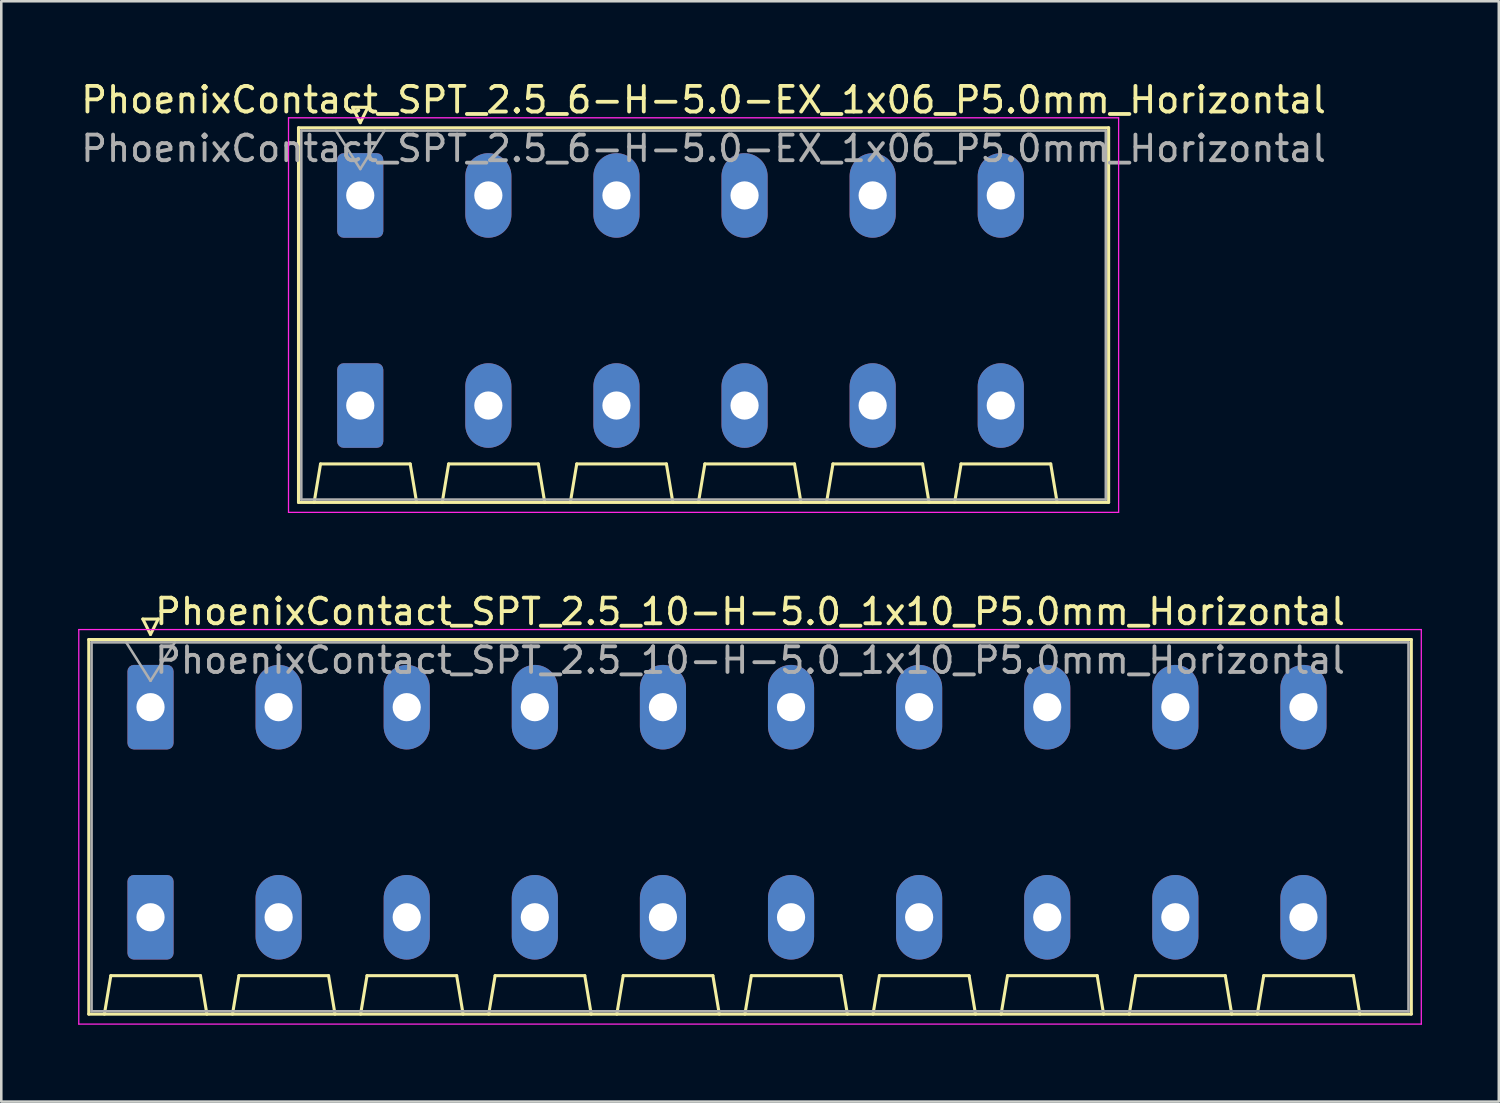
<source format=kicad_pcb>
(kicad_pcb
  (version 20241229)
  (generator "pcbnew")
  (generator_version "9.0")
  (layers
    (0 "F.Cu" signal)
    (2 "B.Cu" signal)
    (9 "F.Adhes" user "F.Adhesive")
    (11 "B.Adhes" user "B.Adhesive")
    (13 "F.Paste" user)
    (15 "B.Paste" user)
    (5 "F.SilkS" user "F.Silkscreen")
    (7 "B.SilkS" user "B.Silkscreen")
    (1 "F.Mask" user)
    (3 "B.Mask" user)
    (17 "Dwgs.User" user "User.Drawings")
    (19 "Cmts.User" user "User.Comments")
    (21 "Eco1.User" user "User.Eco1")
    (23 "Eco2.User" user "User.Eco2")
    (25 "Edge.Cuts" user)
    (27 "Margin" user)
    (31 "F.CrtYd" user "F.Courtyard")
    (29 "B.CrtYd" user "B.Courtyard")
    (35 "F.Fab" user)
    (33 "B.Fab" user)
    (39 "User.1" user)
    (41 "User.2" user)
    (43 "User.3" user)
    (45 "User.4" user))
  (footprint "PhoenixContact_SPT_2.5_10-H-5.0_1x10_P5.0mm_Horizontal"
    (layer "F.Cu")
    (at 2.825 24.552)
    (property "Reference" "PhoenixContact_SPT_2.5_10-H-5.0_1x10_P5.0mm_Horizontal" (at 23.4 -3.73 0) (layer "F.SilkS") (effects (font (size 1 1) (thickness 0.15))))
    (attr through_hole)
    (fp_line (start -2.41 -2.64) (end 49.21 -2.64) (stroke (width 0.12) (type solid)) (layer "F.SilkS"))
    (fp_line (start -2.41 11.98) (end -2.41 -2.64) (stroke (width 0.12) (type solid)) (layer "F.SilkS"))
    (fp_line (start -1.8 11.98) (end -1.55 10.48) (stroke (width 0.12) (type solid)) (layer "F.SilkS"))
    (fp_line (start -1.55 10.48) (end 1.95 10.48) (stroke (width 0.12) (type solid)) (layer "F.SilkS"))
    (fp_line (start -0.3 -3.44) (end 0 -2.84) (stroke (width 0.12) (type solid)) (layer "F.SilkS"))
    (fp_line (start -0.3 -3.44) (end 0.3 -3.44) (stroke (width 0.12) (type solid)) (layer "F.SilkS"))
    (fp_line (start 0.3 -3.44) (end 0 -2.84) (stroke (width 0.12) (type solid)) (layer "F.SilkS"))
    (fp_line (start 2.2 11.98) (end 1.95 10.48) (stroke (width 0.12) (type solid)) (layer "F.SilkS"))
    (fp_line (start 3.2 11.98) (end 3.45 10.48) (stroke (width 0.12) (type solid)) (layer "F.SilkS"))
    (fp_line (start 3.45 10.48) (end 6.95 10.48) (stroke (width 0.12) (type solid)) (layer "F.SilkS"))
    (fp_line (start 7.2 11.98) (end 6.95 10.48) (stroke (width 0.12) (type solid)) (layer "F.SilkS"))
    (fp_line (start 8.2 11.98) (end 8.45 10.48) (stroke (width 0.12) (type solid)) (layer "F.SilkS"))
    (fp_line (start 8.45 10.48) (end 11.95 10.48) (stroke (width 0.12) (type solid)) (layer "F.SilkS"))
    (fp_line (start 12.2 11.98) (end 11.95 10.48) (stroke (width 0.12) (type solid)) (layer "F.SilkS"))
    (fp_line (start 13.2 11.98) (end 13.45 10.48) (stroke (width 0.12) (type solid)) (layer "F.SilkS"))
    (fp_line (start 13.45 10.48) (end 16.95 10.48) (stroke (width 0.12) (type solid)) (layer "F.SilkS"))
    (fp_line (start 17.2 11.98) (end 16.95 10.48) (stroke (width 0.12) (type solid)) (layer "F.SilkS"))
    (fp_line (start 18.2 11.98) (end 18.45 10.48) (stroke (width 0.12) (type solid)) (layer "F.SilkS"))
    (fp_line (start 18.45 10.48) (end 21.95 10.48) (stroke (width 0.12) (type solid)) (layer "F.SilkS"))
    (fp_line (start 22.2 11.98) (end 21.95 10.48) (stroke (width 0.12) (type solid)) (layer "F.SilkS"))
    (fp_line (start 23.2 11.98) (end 23.45 10.48) (stroke (width 0.12) (type solid)) (layer "F.SilkS"))
    (fp_line (start 23.45 10.48) (end 26.95 10.48) (stroke (width 0.12) (type solid)) (layer "F.SilkS"))
    (fp_line (start 27.2 11.98) (end 26.95 10.48) (stroke (width 0.12) (type solid)) (layer "F.SilkS"))
    (fp_line (start 28.2 11.98) (end 28.45 10.48) (stroke (width 0.12) (type solid)) (layer "F.SilkS"))
    (fp_line (start 28.45 10.48) (end 31.95 10.48) (stroke (width 0.12) (type solid)) (layer "F.SilkS"))
    (fp_line (start 32.2 11.98) (end 31.95 10.48) (stroke (width 0.12) (type solid)) (layer "F.SilkS"))
    (fp_line (start 33.2 11.98) (end 33.45 10.48) (stroke (width 0.12) (type solid)) (layer "F.SilkS"))
    (fp_line (start 33.45 10.48) (end 36.95 10.48) (stroke (width 0.12) (type solid)) (layer "F.SilkS"))
    (fp_line (start 37.2 11.98) (end 36.95 10.48) (stroke (width 0.12) (type solid)) (layer "F.SilkS"))
    (fp_line (start 38.2 11.98) (end 38.45 10.48) (stroke (width 0.12) (type solid)) (layer "F.SilkS"))
    (fp_line (start 38.45 10.48) (end 41.95 10.48) (stroke (width 0.12) (type solid)) (layer "F.SilkS"))
    (fp_line (start 42.2 11.98) (end 41.95 10.48) (stroke (width 0.12) (type solid)) (layer "F.SilkS"))
    (fp_line (start 43.2 11.98) (end 43.45 10.48) (stroke (width 0.12) (type solid)) (layer "F.SilkS"))
    (fp_line (start 43.45 10.48) (end 46.95 10.48) (stroke (width 0.12) (type solid)) (layer "F.SilkS"))
    (fp_line (start 47.2 11.98) (end 46.95 10.48) (stroke (width 0.12) (type solid)) (layer "F.SilkS"))
    (fp_line (start 49.21 -2.64) (end 49.21 11.98) (stroke (width 0.12) (type solid)) (layer "F.SilkS"))
    (fp_line (start 49.21 11.98) (end -2.41 11.98) (stroke (width 0.12) (type solid)) (layer "F.SilkS"))
    (fp_line (start -2.8 -3.03) (end -2.8 12.37) (stroke (width 0.05) (type solid)) (layer "F.CrtYd"))
    (fp_line (start -2.8 12.37) (end 49.6 12.37) (stroke (width 0.05) (type solid)) (layer "F.CrtYd"))
    (fp_line (start 49.6 -3.03) (end -2.8 -3.03) (stroke (width 0.05) (type solid)) (layer "F.CrtYd"))
    (fp_line (start 49.6 12.37) (end 49.6 -3.03) (stroke (width 0.05) (type solid)) (layer "F.CrtYd"))
    (fp_line (start -2.3 -2.53) (end -2.3 11.87) (stroke (width 0.1) (type solid)) (layer "F.Fab"))
    (fp_line (start -2.3 11.87) (end 49.1 11.87) (stroke (width 0.1) (type solid)) (layer "F.Fab"))
    (fp_line (start -0.95 -2.53) (end 0 -1.03) (stroke (width 0.1) (type solid)) (layer "F.Fab"))
    (fp_line (start 0.95 -2.53) (end 0 -1.03) (stroke (width 0.1) (type solid)) (layer "F.Fab"))
    (fp_line (start 49.1 -2.53) (end -2.3 -2.53) (stroke (width 0.1) (type solid)) (layer "F.Fab"))
    (fp_line (start 49.1 11.87) (end 49.1 -2.53) (stroke (width 0.1) (type solid)) (layer "F.Fab"))
    (fp_text user "${REFERENCE}" (at 23.4 -1.83 0) (layer "F.Fab") (effects (font (size 1 1) (thickness 0.15))))
    (pad "1" thru_hole roundrect (at 0 0) (size 1.8 3.3) (drill 1.1) (layers "*.Cu" "*.Mask") (roundrect_rratio 0.139))
    (pad "1" thru_hole roundrect (at 0 8.2) (size 1.8 3.3) (drill 1.1) (layers "*.Cu" "*.Mask") (roundrect_rratio 0.139))
    (pad "2" thru_hole oval (at 5 0) (size 1.8 3.3) (drill 1.1) (layers "*.Cu" "*.Mask"))
    (pad "2" thru_hole oval (at 5 8.2) (size 1.8 3.3) (drill 1.1) (layers "*.Cu" "*.Mask"))
    (pad "3" thru_hole oval (at 10 0) (size 1.8 3.3) (drill 1.1) (layers "*.Cu" "*.Mask"))
    (pad "3" thru_hole oval (at 10 8.2) (size 1.8 3.3) (drill 1.1) (layers "*.Cu" "*.Mask"))
    (pad "4" thru_hole oval (at 15 0) (size 1.8 3.3) (drill 1.1) (layers "*.Cu" "*.Mask"))
    (pad "4" thru_hole oval (at 15 8.2) (size 1.8 3.3) (drill 1.1) (layers "*.Cu" "*.Mask"))
    (pad "5" thru_hole oval (at 20 0) (size 1.8 3.3) (drill 1.1) (layers "*.Cu" "*.Mask"))
    (pad "5" thru_hole oval (at 20 8.2) (size 1.8 3.3) (drill 1.1) (layers "*.Cu" "*.Mask"))
    (pad "6" thru_hole oval (at 25 0) (size 1.8 3.3) (drill 1.1) (layers "*.Cu" "*.Mask"))
    (pad "6" thru_hole oval (at 25 8.2) (size 1.8 3.3) (drill 1.1) (layers "*.Cu" "*.Mask"))
    (pad "7" thru_hole oval (at 30 0) (size 1.8 3.3) (drill 1.1) (layers "*.Cu" "*.Mask"))
    (pad "7" thru_hole oval (at 30 8.2) (size 1.8 3.3) (drill 1.1) (layers "*.Cu" "*.Mask"))
    (pad "8" thru_hole oval (at 35 0) (size 1.8 3.3) (drill 1.1) (layers "*.Cu" "*.Mask"))
    (pad "8" thru_hole oval (at 35 8.2) (size 1.8 3.3) (drill 1.1) (layers "*.Cu" "*.Mask"))
    (pad "9" thru_hole oval (at 40 0) (size 1.8 3.3) (drill 1.1) (layers "*.Cu" "*.Mask"))
    (pad "9" thru_hole oval (at 40 8.2) (size 1.8 3.3) (drill 1.1) (layers "*.Cu" "*.Mask"))
    (pad "10" thru_hole oval (at 45 0) (size 1.8 3.3) (drill 1.1) (layers "*.Cu" "*.Mask"))
    (pad "10" thru_hole oval (at 45 8.2) (size 1.8 3.3) (drill 1.1) (layers "*.Cu" "*.Mask")))
  (footprint "PhoenixContact_SPT_2.5_6-H-5.0-EX_1x06_P5.0mm_Horizontal"
    (layer "F.Cu")
    (at 11.011 4.578)
    (property "Reference" "PhoenixContact_SPT_2.5_6-H-5.0-EX_1x06_P5.0mm_Horizontal" (at 13.4 -3.73 0) (layer "F.SilkS") (effects (font (size 1 1) (thickness 0.15))))
    (attr through_hole)
    (fp_line (start -2.41 -2.64) (end 29.21 -2.64) (stroke (width 0.12) (type solid)) (layer "F.SilkS"))
    (fp_line (start -2.41 11.98) (end -2.41 -2.64) (stroke (width 0.12) (type solid)) (layer "F.SilkS"))
    (fp_line (start -1.8 11.98) (end -1.55 10.48) (stroke (width 0.12) (type solid)) (layer "F.SilkS"))
    (fp_line (start -1.55 10.48) (end 1.95 10.48) (stroke (width 0.12) (type solid)) (layer "F.SilkS"))
    (fp_line (start -0.3 -3.44) (end 0 -2.84) (stroke (width 0.12) (type solid)) (layer "F.SilkS"))
    (fp_line (start -0.3 -3.44) (end 0.3 -3.44) (stroke (width 0.12) (type solid)) (layer "F.SilkS"))
    (fp_line (start 0.3 -3.44) (end 0 -2.84) (stroke (width 0.12) (type solid)) (layer "F.SilkS"))
    (fp_line (start 2.2 11.98) (end 1.95 10.48) (stroke (width 0.12) (type solid)) (layer "F.SilkS"))
    (fp_line (start 3.2 11.98) (end 3.45 10.48) (stroke (width 0.12) (type solid)) (layer "F.SilkS"))
    (fp_line (start 3.45 10.48) (end 6.95 10.48) (stroke (width 0.12) (type solid)) (layer "F.SilkS"))
    (fp_line (start 7.2 11.98) (end 6.95 10.48) (stroke (width 0.12) (type solid)) (layer "F.SilkS"))
    (fp_line (start 8.2 11.98) (end 8.45 10.48) (stroke (width 0.12) (type solid)) (layer "F.SilkS"))
    (fp_line (start 8.45 10.48) (end 11.95 10.48) (stroke (width 0.12) (type solid)) (layer "F.SilkS"))
    (fp_line (start 12.2 11.98) (end 11.95 10.48) (stroke (width 0.12) (type solid)) (layer "F.SilkS"))
    (fp_line (start 13.2 11.98) (end 13.45 10.48) (stroke (width 0.12) (type solid)) (layer "F.SilkS"))
    (fp_line (start 13.45 10.48) (end 16.95 10.48) (stroke (width 0.12) (type solid)) (layer "F.SilkS"))
    (fp_line (start 17.2 11.98) (end 16.95 10.48) (stroke (width 0.12) (type solid)) (layer "F.SilkS"))
    (fp_line (start 18.2 11.98) (end 18.45 10.48) (stroke (width 0.12) (type solid)) (layer "F.SilkS"))
    (fp_line (start 18.45 10.48) (end 21.95 10.48) (stroke (width 0.12) (type solid)) (layer "F.SilkS"))
    (fp_line (start 22.2 11.98) (end 21.95 10.48) (stroke (width 0.12) (type solid)) (layer "F.SilkS"))
    (fp_line (start 23.2 11.98) (end 23.45 10.48) (stroke (width 0.12) (type solid)) (layer "F.SilkS"))
    (fp_line (start 23.45 10.48) (end 26.95 10.48) (stroke (width 0.12) (type solid)) (layer "F.SilkS"))
    (fp_line (start 27.2 11.98) (end 26.95 10.48) (stroke (width 0.12) (type solid)) (layer "F.SilkS"))
    (fp_line (start 29.21 -2.64) (end 29.21 11.98) (stroke (width 0.12) (type solid)) (layer "F.SilkS"))
    (fp_line (start 29.21 11.98) (end -2.41 11.98) (stroke (width 0.12) (type solid)) (layer "F.SilkS"))
    (fp_line (start -2.8 -3.03) (end -2.8 12.37) (stroke (width 0.05) (type solid)) (layer "F.CrtYd"))
    (fp_line (start -2.8 12.37) (end 29.6 12.37) (stroke (width 0.05) (type solid)) (layer "F.CrtYd"))
    (fp_line (start 29.6 -3.03) (end -2.8 -3.03) (stroke (width 0.05) (type solid)) (layer "F.CrtYd"))
    (fp_line (start 29.6 12.37) (end 29.6 -3.03) (stroke (width 0.05) (type solid)) (layer "F.CrtYd"))
    (fp_line (start -2.3 -2.53) (end -2.3 11.87) (stroke (width 0.1) (type solid)) (layer "F.Fab"))
    (fp_line (start -2.3 11.87) (end 29.1 11.87) (stroke (width 0.1) (type solid)) (layer "F.Fab"))
    (fp_line (start -0.95 -2.53) (end 0 -1.03) (stroke (width 0.1) (type solid)) (layer "F.Fab"))
    (fp_line (start 0.95 -2.53) (end 0 -1.03) (stroke (width 0.1) (type solid)) (layer "F.Fab"))
    (fp_line (start 29.1 -2.53) (end -2.3 -2.53) (stroke (width 0.1) (type solid)) (layer "F.Fab"))
    (fp_line (start 29.1 11.87) (end 29.1 -2.53) (stroke (width 0.1) (type solid)) (layer "F.Fab"))
    (fp_text user "${REFERENCE}" (at 13.4 -1.83 0) (layer "F.Fab") (effects (font (size 1 1) (thickness 0.15))))
    (pad "1" thru_hole roundrect (at 0 0) (size 1.8 3.3) (drill 1.1) (layers "*.Cu" "*.Mask") (roundrect_rratio 0.139))
    (pad "1" thru_hole roundrect (at 0 8.2) (size 1.8 3.3) (drill 1.1) (layers "*.Cu" "*.Mask") (roundrect_rratio 0.139))
    (pad "2" thru_hole oval (at 5 0) (size 1.8 3.3) (drill 1.1) (layers "*.Cu" "*.Mask"))
    (pad "2" thru_hole oval (at 5 8.2) (size 1.8 3.3) (drill 1.1) (layers "*.Cu" "*.Mask"))
    (pad "3" thru_hole oval (at 10 0) (size 1.8 3.3) (drill 1.1) (layers "*.Cu" "*.Mask"))
    (pad "3" thru_hole oval (at 10 8.2) (size 1.8 3.3) (drill 1.1) (layers "*.Cu" "*.Mask"))
    (pad "4" thru_hole oval (at 15 0) (size 1.8 3.3) (drill 1.1) (layers "*.Cu" "*.Mask"))
    (pad "4" thru_hole oval (at 15 8.2) (size 1.8 3.3) (drill 1.1) (layers "*.Cu" "*.Mask"))
    (pad "5" thru_hole oval (at 20 0) (size 1.8 3.3) (drill 1.1) (layers "*.Cu" "*.Mask"))
    (pad "5" thru_hole oval (at 20 8.2) (size 1.8 3.3) (drill 1.1) (layers "*.Cu" "*.Mask"))
    (pad "6" thru_hole oval (at 25 0) (size 1.8 3.3) (drill 1.1) (layers "*.Cu" "*.Mask"))
    (pad "6" thru_hole oval (at 25 8.2) (size 1.8 3.3) (drill 1.1) (layers "*.Cu" "*.Mask")))
  (gr_rect
    (start -3 -3)
    (end 55.45 39.947)
    (stroke (width 0.1) (type default))
    (fill no)
    (layer "Edge.Cuts")))
</source>
